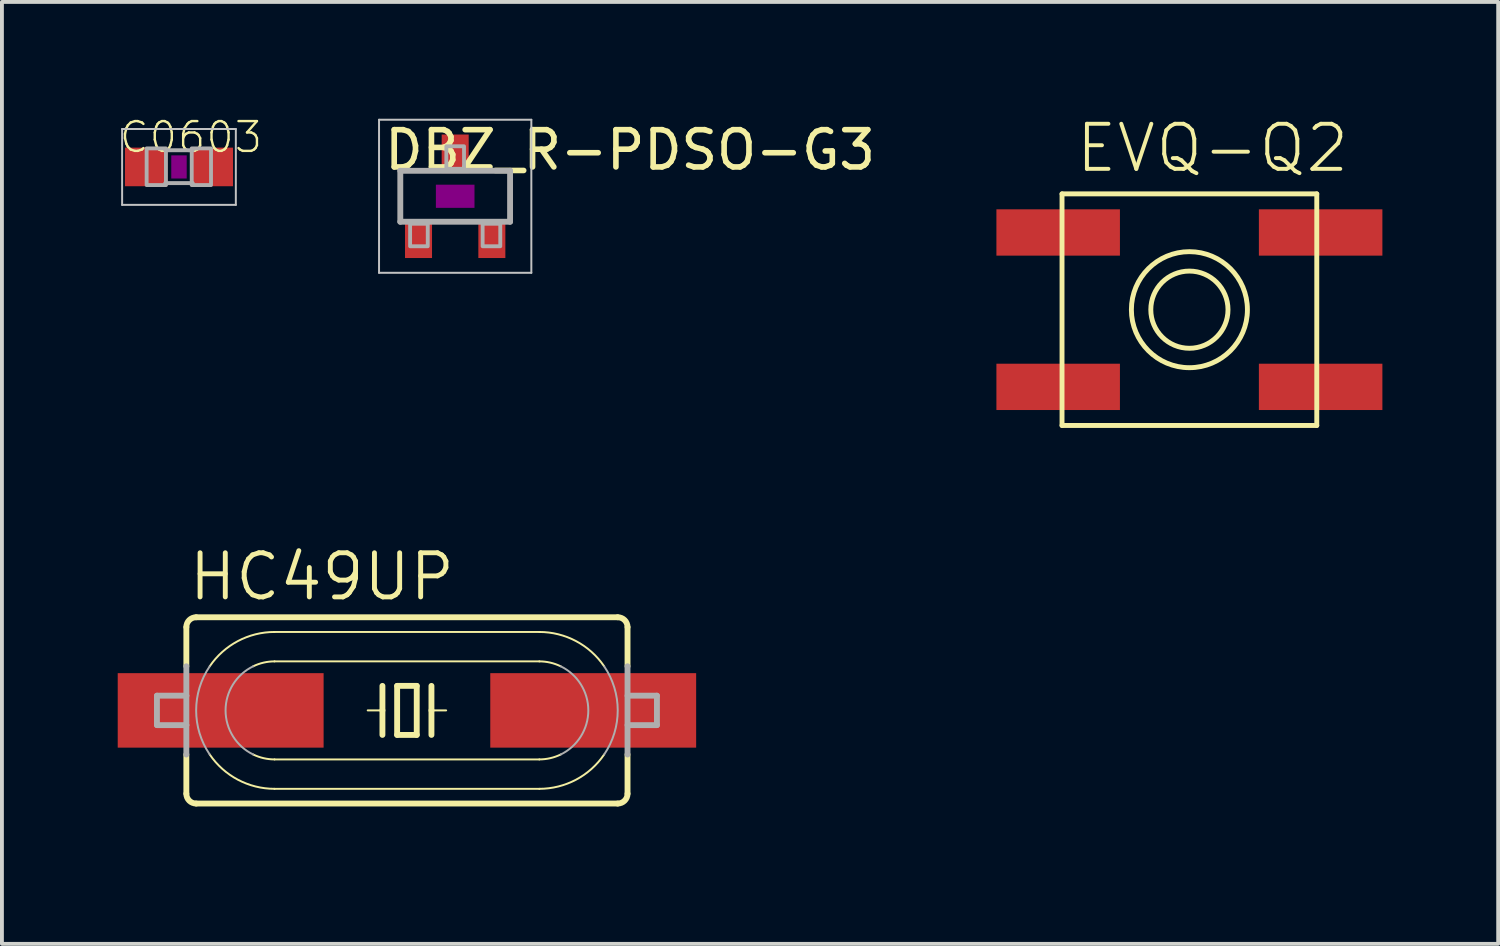
<source format=kicad_pcb>
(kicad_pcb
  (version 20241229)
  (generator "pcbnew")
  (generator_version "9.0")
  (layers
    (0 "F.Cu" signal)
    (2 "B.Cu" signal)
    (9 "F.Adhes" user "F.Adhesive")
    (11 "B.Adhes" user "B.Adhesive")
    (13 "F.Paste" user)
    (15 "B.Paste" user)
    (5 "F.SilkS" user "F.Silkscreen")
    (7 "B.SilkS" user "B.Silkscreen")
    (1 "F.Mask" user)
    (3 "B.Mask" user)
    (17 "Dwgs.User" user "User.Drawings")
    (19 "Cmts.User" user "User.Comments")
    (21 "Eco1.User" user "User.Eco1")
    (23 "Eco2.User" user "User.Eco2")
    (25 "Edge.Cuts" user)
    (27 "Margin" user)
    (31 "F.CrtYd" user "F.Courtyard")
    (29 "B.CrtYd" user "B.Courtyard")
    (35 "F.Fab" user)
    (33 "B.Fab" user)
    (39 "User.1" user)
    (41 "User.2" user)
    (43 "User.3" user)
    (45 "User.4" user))
  (footprint "C0603"
    (layer "F.Cu")
    (at 1.587 1.275)
    (property "Reference" "C0603" (at -1.587 -0.318 180) (layer "F.SilkS") (effects (font (size 0.772 0.772) (thickness 0.062)) (justify left bottom)))
    (attr through_hole)
    (fp_poly (pts (xy -0.2 0.3) (xy 0.2 0.3) (xy 0.2 -0.3) (xy -0.2 -0.3)) (stroke (width 0) (type solid)) (fill yes) (layer "F.Adhes"))
    (fp_line (start -1.473 -0.983) (end 1.473 -0.983) (stroke (width 0.051) (type solid)) (layer "Dwgs.User"))
    (fp_line (start -1.473 0.983) (end -1.473 -0.983) (stroke (width 0.051) (type solid)) (layer "Dwgs.User"))
    (fp_line (start 1.473 -0.983) (end 1.473 0.983) (stroke (width 0.051) (type solid)) (layer "Dwgs.User"))
    (fp_line (start 1.473 0.983) (end -1.473 0.983) (stroke (width 0.051) (type solid)) (layer "Dwgs.User"))
    (fp_line (start -0.356 -0.432) (end 0.356 -0.432) (stroke (width 0.102) (type solid)) (layer "F.Fab"))
    (fp_line (start -0.356 0.419) (end 0.356 0.419) (stroke (width 0.102) (type solid)) (layer "F.Fab"))
    (fp_poly (pts (xy -0.838 0.47) (xy -0.338 0.47) (xy -0.338 -0.48) (xy -0.838 -0.48)) (stroke (width 0.1) (type solid)) (fill no) (layer "F.Fab"))
    (fp_poly (pts (xy 0.33 0.47) (xy 0.83 0.47) (xy 0.83 -0.48) (xy 0.33 -0.48)) (stroke (width 0.1) (type solid)) (fill no) (layer "F.Fab"))
    (pad "1" smd rect (at -0.85 0) (size 1.1 1) (layers "F.Cu" "F.Mask" "F.Paste"))
    (pad "2" smd rect (at 0.85 0) (size 1.1 1) (layers "F.Cu" "F.Mask" "F.Paste")))
  (footprint "DBZ_R-PDSO-G3"
    (layer "F.Cu")
    (at 8.743 2.035)
    (property "Reference" "DBZ_R-PDSO-G3" (at -1.905 -0.635 0) (layer "F.SilkS") (effects (font (size 0.965 0.965) (thickness 0.145)) (justify left bottom)))
    (attr through_hole)
    (fp_poly (pts (xy -0.5 0.3) (xy 0.5 0.3) (xy 0.5 -0.3) (xy -0.5 -0.3)) (stroke (width 0) (type solid)) (fill yes) (layer "F.Adhes"))
    (fp_line (start -1.973 -1.983) (end 1.973 -1.983) (stroke (width 0.051) (type solid)) (layer "Dwgs.User"))
    (fp_line (start -1.973 1.983) (end -1.973 -1.983) (stroke (width 0.051) (type solid)) (layer "Dwgs.User"))
    (fp_line (start 1.973 -1.983) (end 1.973 1.983) (stroke (width 0.051) (type solid)) (layer "Dwgs.User"))
    (fp_line (start 1.973 1.983) (end -1.973 1.983) (stroke (width 0.051) (type solid)) (layer "Dwgs.User"))
    (fp_line (start -1.422 -0.66) (end 1.422 -0.66) (stroke (width 0.152) (type solid)) (layer "F.Fab"))
    (fp_line (start -1.422 0.66) (end -1.422 -0.66) (stroke (width 0.152) (type solid)) (layer "F.Fab"))
    (fp_line (start 1.422 -0.66) (end 1.422 0.66) (stroke (width 0.152) (type solid)) (layer "F.Fab"))
    (fp_line (start 1.422 0.66) (end -1.422 0.66) (stroke (width 0.152) (type solid)) (layer "F.Fab"))
    (fp_poly (pts (xy -1.168 1.295) (xy -0.711 1.295) (xy -0.711 0.711) (xy -1.168 0.711)) (stroke (width 0.1) (type solid)) (fill no) (layer "F.Fab"))
    (fp_poly (pts (xy -0.229 -0.711) (xy 0.229 -0.711) (xy 0.229 -1.295) (xy -0.229 -1.295)) (stroke (width 0.1) (type solid)) (fill no) (layer "F.Fab"))
    (fp_poly (pts (xy 0.711 1.295) (xy 1.168 1.295) (xy 1.168 0.711) (xy 0.711 0.711)) (stroke (width 0.1) (type solid)) (fill no) (layer "F.Fab"))
    (pad "1" smd rect (at -0.95 1.1) (size 0.7 1) (layers "F.Cu" "F.Mask" "F.Paste"))
    (pad "2" smd rect (at 0.95 1.1) (size 0.7 1) (layers "F.Cu" "F.Mask" "F.Paste"))
    (pad "3" smd rect (at 0 -1.1) (size 0.7 1) (layers "F.Cu" "F.Mask" "F.Paste")))
  (footprint "EVQ-Q2"
    (layer "F.Cu")
    (at 27.765 4.973)
    (property "Reference" "EVQ-Q2" (at -3 -3.5 0) (layer "F.SilkS") (effects (font (size 1.168 1.168) (thickness 0.102)) (justify left bottom)))
    (fp_line (start -3.3 -3) (end 3.3 -3) (stroke (width 0.127) (type solid)) (layer "F.SilkS"))
    (fp_line (start -3.3 3) (end -3.3 -3) (stroke (width 0.127) (type solid)) (layer "F.SilkS"))
    (fp_line (start 3.3 -3) (end 3.3 3) (stroke (width 0.127) (type solid)) (layer "F.SilkS"))
    (fp_line (start 3.3 3) (end -3.3 3) (stroke (width 0.127) (type solid)) (layer "F.SilkS"))
    (fp_circle (center 0 0) (end 1 0) (stroke (width 0.127) (type solid)) (fill no) (layer "F.SilkS"))
    (fp_circle (center 0 0) (end 1.503 0) (stroke (width 0.127) (type solid)) (fill no) (layer "F.SilkS"))
    (pad "A" smd rect (at -3.4 2) (size 3.2 1.2) (layers "F.Cu" "F.Mask" "F.Paste"))
    (pad "A'" smd rect (at 3.4 2) (size 3.2 1.2) (layers "F.Cu" "F.Mask" "F.Paste"))
    (pad "B" smd rect (at -3.4 -2) (size 3.2 1.2) (layers "F.Cu" "F.Mask" "F.Paste"))
    (pad "B'" smd rect (at 3.4 -2) (size 3.2 1.2) (layers "F.Cu" "F.Mask" "F.Paste")))
  (footprint "HC49UP"
    (layer "F.Cu")
    (at 7.493 15.355)
    (property "Reference" "HC49UP" (at -5.715 -2.794 0) (layer "F.SilkS") (effects (font (size 1.143 1.143) (thickness 0.127)) (justify left bottom)))
    (fp_line (start -5.715 -1.143) (end -5.715 -2.159) (stroke (width 0.152) (type solid)) (layer "F.SilkS"))
    (fp_line (start -5.715 2.159) (end -5.715 1.143) (stroke (width 0.152) (type solid)) (layer "F.SilkS"))
    (fp_line (start -3.429 -2.032) (end 3.429 -2.032) (stroke (width 0.051) (type solid)) (layer "F.SilkS"))
    (fp_line (start -3.429 -1.27) (end 3.429 -1.27) (stroke (width 0.051) (type solid)) (layer "F.SilkS"))
    (fp_line (start -0.635 -0.635) (end -0.635 0) (stroke (width 0.152) (type solid)) (layer "F.SilkS"))
    (fp_line (start -0.635 0) (end -1.016 0) (stroke (width 0.051) (type solid)) (layer "F.SilkS"))
    (fp_line (start -0.635 0) (end -0.635 0.635) (stroke (width 0.152) (type solid)) (layer "F.SilkS"))
    (fp_line (start -0.254 -0.635) (end -0.254 0.635) (stroke (width 0.152) (type solid)) (layer "F.SilkS"))
    (fp_line (start -0.254 0.635) (end 0.254 0.635) (stroke (width 0.152) (type solid)) (layer "F.SilkS"))
    (fp_line (start 0.254 -0.635) (end -0.254 -0.635) (stroke (width 0.152) (type solid)) (layer "F.SilkS"))
    (fp_line (start 0.254 0.635) (end 0.254 -0.635) (stroke (width 0.152) (type solid)) (layer "F.SilkS"))
    (fp_line (start 0.635 -0.635) (end 0.635 0) (stroke (width 0.152) (type solid)) (layer "F.SilkS"))
    (fp_line (start 0.635 0) (end 0.635 0.635) (stroke (width 0.152) (type solid)) (layer "F.SilkS"))
    (fp_line (start 0.635 0) (end 1.016 0) (stroke (width 0.051) (type solid)) (layer "F.SilkS"))
    (fp_line (start 3.429 1.27) (end -3.429 1.27) (stroke (width 0.051) (type solid)) (layer "F.SilkS"))
    (fp_line (start 3.429 2.032) (end -3.429 2.032) (stroke (width 0.051) (type solid)) (layer "F.SilkS"))
    (fp_line (start 5.461 -2.413) (end -5.461 -2.413) (stroke (width 0.152) (type solid)) (layer "F.SilkS"))
    (fp_line (start 5.461 2.413) (end -5.461 2.413) (stroke (width 0.152) (type solid)) (layer "F.SilkS"))
    (fp_line (start 5.715 -1.143) (end 5.715 -2.159) (stroke (width 0.152) (type solid)) (layer "F.SilkS"))
    (fp_line (start 5.715 2.159) (end 5.715 1.143) (stroke (width 0.152) (type solid)) (layer "F.SilkS"))
    (fp_arc (start -5.715 -2.159) (mid -5.640605 -2.338605) (end -5.461 -2.413) (stroke (width 0.1524) (type solid)) (layer "F.SilkS"))
    (fp_arc (start -5.461 2.413) (mid -5.640605 2.338605) (end -5.715 2.159) (stroke (width 0.1524) (type solid)) (layer "F.SilkS"))
    (fp_arc (start -5.1091 -1.143) (mid -4.379417 -1.796107) (end -3.429 -2.032101) (stroke (width 0.0508) (type solid)) (layer "F.SilkS"))
    (fp_arc (start -3.9826 -1.143) (mid -3.712991 -1.237845) (end -3.429 -1.27) (stroke (width 0.0508) (type solid)) (layer "F.SilkS"))
    (fp_arc (start -3.429 1.27) (mid -3.712991 1.237845) (end -3.9826 1.143) (stroke (width 0.0508) (type solid)) (layer "F.SilkS"))
    (fp_arc (start -3.429 2.032001) (mid -4.379408 1.796063) (end -5.1091 1.143) (stroke (width 0.0508) (type solid)) (layer "F.SilkS"))
    (fp_arc (start 3.429 -2.032) (mid 4.379408 -1.796062) (end 5.1091 -1.142999) (stroke (width 0.0508) (type solid)) (layer "F.SilkS"))
    (fp_arc (start 3.429 -1.27) (mid 3.712991 -1.237845) (end 3.9826 -1.143) (stroke (width 0.0508) (type solid)) (layer "F.SilkS"))
    (fp_arc (start 3.9826 1.143) (mid 3.712991 1.237845) (end 3.429 1.27) (stroke (width 0.0508) (type solid)) (layer "F.SilkS"))
    (fp_arc (start 5.109 1.142899) (mid 4.379368 1.795994) (end 3.429 2.032) (stroke (width 0.0508) (type solid)) (layer "F.SilkS"))
    (fp_arc (start 5.461 -2.413) (mid 5.640605 -2.338605) (end 5.715 -2.159) (stroke (width 0.1524) (type solid)) (layer "F.SilkS"))
    (fp_arc (start 5.715 2.159) (mid 5.640605 2.338605) (end 5.461 2.413) (stroke (width 0.1524) (type solid)) (layer "F.SilkS"))
    (fp_line (start -6.477 0.381) (end -6.477 -0.381) (stroke (width 0.152) (type solid)) (layer "F.Fab"))
    (fp_line (start -5.715 -0.381) (end -6.477 -0.381) (stroke (width 0.152) (type solid)) (layer "F.Fab"))
    (fp_line (start -5.715 -0.381) (end -5.715 -1.143) (stroke (width 0.152) (type solid)) (layer "F.Fab"))
    (fp_line (start -5.715 0.381) (end -6.477 0.381) (stroke (width 0.152) (type solid)) (layer "F.Fab"))
    (fp_line (start -5.715 0.381) (end -5.715 -0.381) (stroke (width 0.152) (type solid)) (layer "F.Fab"))
    (fp_line (start -5.715 1.143) (end -5.715 0.381) (stroke (width 0.152) (type solid)) (layer "F.Fab"))
    (fp_line (start 5.715 -0.381) (end 6.477 -0.381) (stroke (width 0.152) (type solid)) (layer "F.Fab"))
    (fp_line (start 5.715 0.381) (end 6.477 0.381) (stroke (width 0.152) (type solid)) (layer "F.Fab"))
    (fp_line (start 5.715 1.143) (end 5.715 -1.143) (stroke (width 0.152) (type solid)) (layer "F.Fab"))
    (fp_line (start 6.477 0.381) (end 6.477 -0.381) (stroke (width 0.152) (type solid)) (layer "F.Fab"))
    (fp_arc (start -5.1091 1.143) (mid -5.46104 0) (end -5.1091 -1.143) (stroke (width 0.0508) (type solid)) (layer "F.Fab"))
    (fp_arc (start -3.9826 1.143) (mid -4.699009 0) (end -3.9826 -1.143) (stroke (width 0.0508) (type solid)) (layer "F.Fab"))
    (fp_arc (start 3.9826 -1.143) (mid 4.699009 0) (end 3.9826 1.143) (stroke (width 0.0508) (type solid)) (layer "F.Fab"))
    (fp_arc (start 5.1091 -1.143) (mid 5.46104 0) (end 5.1091 1.143) (stroke (width 0.0508) (type solid)) (layer "F.Fab"))
    (pad "1" smd rect (at -4.826 0) (size 5.334 1.93) (layers "F.Cu" "F.Mask" "F.Paste"))
    (pad "2" smd rect (at 4.826 0) (size 5.334 1.93) (layers "F.Cu" "F.Mask" "F.Paste"))
    (zone (net_name "") (layers "F.Cu" "B.Cu") (hatch edge 0.508) (connect_pads) (min_thickness 0.254) (filled_areas_thickness no) (keepout (tracks allowed) (vias not_allowed) (pads allowed) (copperpour allowed) (footprints allowed)) (placement (enabled no)) (fill) (polygon (pts (xy 0.889 18.403) (xy 14.097 18.403) (xy 14.097 12.307) (xy 0.889 12.307)))))
  (gr_rect
    (start -3 -3)
    (end 35.765 21.403)
    (stroke (width 0.1) (type default))
    (fill no)
    (layer "Edge.Cuts")))
</source>
